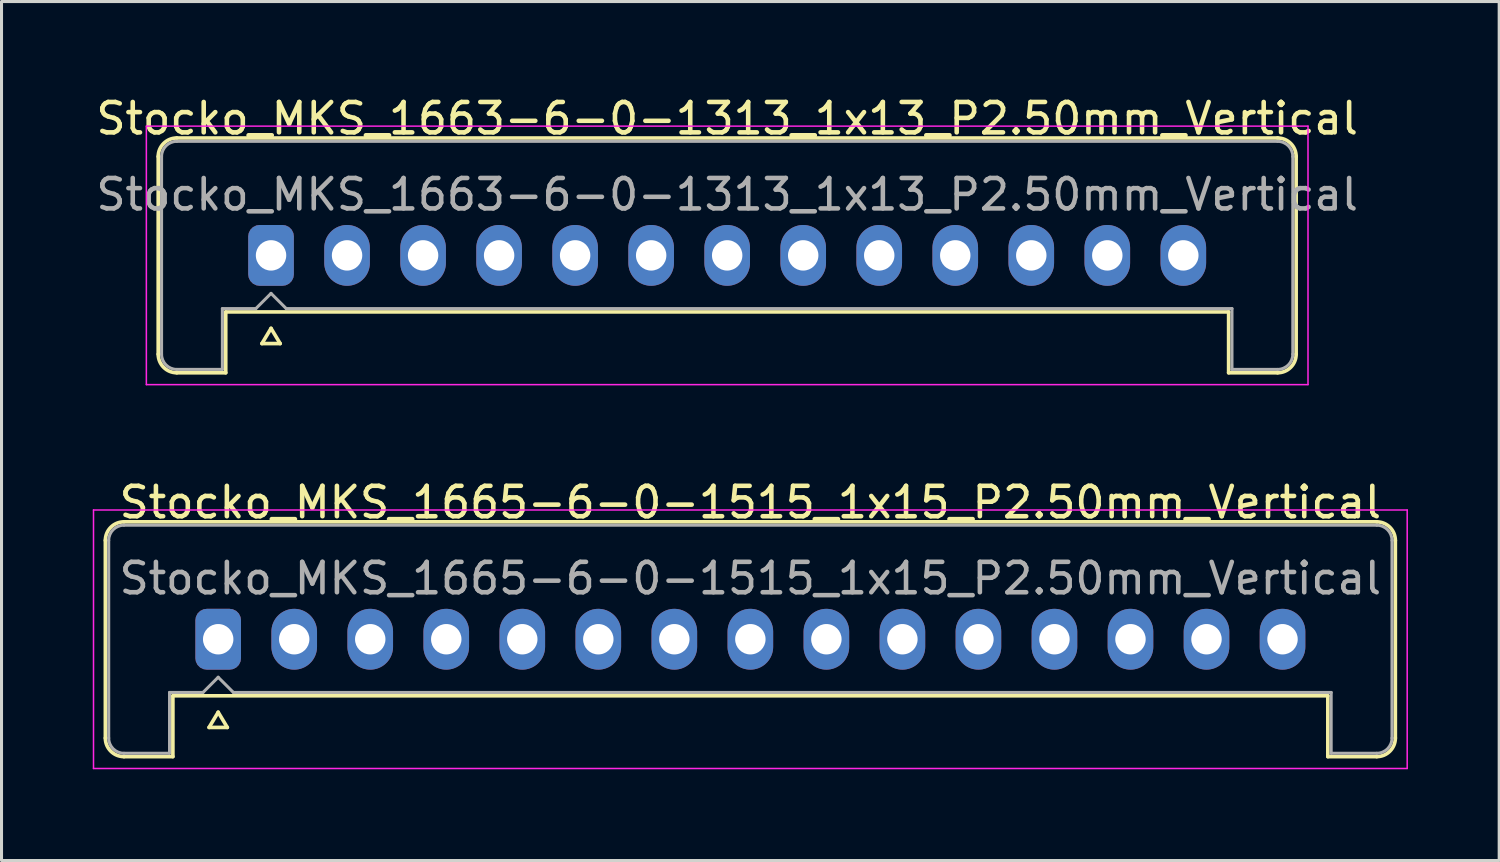
<source format=kicad_pcb>
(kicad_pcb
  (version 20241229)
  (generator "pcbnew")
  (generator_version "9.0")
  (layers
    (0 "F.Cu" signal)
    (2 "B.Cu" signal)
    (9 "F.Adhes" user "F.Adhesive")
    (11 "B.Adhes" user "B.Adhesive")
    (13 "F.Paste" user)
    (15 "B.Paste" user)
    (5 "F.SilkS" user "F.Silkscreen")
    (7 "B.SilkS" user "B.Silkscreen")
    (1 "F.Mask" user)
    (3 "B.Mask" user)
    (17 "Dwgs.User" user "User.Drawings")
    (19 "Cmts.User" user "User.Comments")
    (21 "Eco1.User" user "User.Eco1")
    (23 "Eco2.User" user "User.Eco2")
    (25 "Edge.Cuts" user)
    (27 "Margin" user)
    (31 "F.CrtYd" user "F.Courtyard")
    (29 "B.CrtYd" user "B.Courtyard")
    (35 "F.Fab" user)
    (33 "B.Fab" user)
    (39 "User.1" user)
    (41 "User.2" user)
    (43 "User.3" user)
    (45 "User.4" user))
  (footprint "Stocko_MKS_1665-6-0-1515_1x15_P2.50mm_Vertical"
    (layer "F.Cu")
    (at 4.125 17.971)
    (property "Reference" "Stocko_MKS_1665-6-0-1515_1x15_P2.50mm_Vertical" (at 17.5 -4.5 0) (layer "F.SilkS") (effects (font (size 1 1) (thickness 0.15))))
    (attr through_hole)
    (fp_line (start -3.71 -3.25) (end -3.71 3.25) (stroke (width 0.12) (type solid)) (layer "F.SilkS"))
    (fp_line (start -3.1 -3.86) (end 38.1 -3.86) (stroke (width 0.12) (type solid)) (layer "F.SilkS"))
    (fp_line (start -3.1 3.86) (end -1.49 3.86) (stroke (width 0.12) (type solid)) (layer "F.SilkS"))
    (fp_line (start -1.49 1.86) (end 36.49 1.86) (stroke (width 0.12) (type solid)) (layer "F.SilkS"))
    (fp_line (start -1.49 3.86) (end -1.49 1.86) (stroke (width 0.12) (type solid)) (layer "F.SilkS"))
    (fp_line (start -0.3 2.9) (end 0.3 2.9) (stroke (width 0.12) (type solid)) (layer "F.SilkS"))
    (fp_line (start 0 2.4) (end -0.3 2.9) (stroke (width 0.12) (type solid)) (layer "F.SilkS"))
    (fp_line (start 0.3 2.9) (end 0 2.4) (stroke (width 0.12) (type solid)) (layer "F.SilkS"))
    (fp_line (start 36.49 3.86) (end 36.49 1.86) (stroke (width 0.12) (type solid)) (layer "F.SilkS"))
    (fp_line (start 38.1 3.86) (end 36.49 3.86) (stroke (width 0.12) (type solid)) (layer "F.SilkS"))
    (fp_line (start 38.71 -3.25) (end 38.71 3.25) (stroke (width 0.12) (type solid)) (layer "F.SilkS"))
    (fp_arc (start -3.71 -3.25) (mid -3.531335 -3.681335) (end -3.1 -3.86) (stroke (width 0.12) (type solid)) (layer "F.SilkS"))
    (fp_arc (start -3.1 3.86) (mid -3.531335 3.681335) (end -3.71 3.25) (stroke (width 0.12) (type solid)) (layer "F.SilkS"))
    (fp_arc (start 38.1 -3.86) (mid 38.531335 -3.681335) (end 38.71 -3.25) (stroke (width 0.12) (type solid)) (layer "F.SilkS"))
    (fp_arc (start 38.71 3.25) (mid 38.531335 3.681335) (end 38.1 3.86) (stroke (width 0.12) (type solid)) (layer "F.SilkS"))
    (fp_line (start -4.1 -4.25) (end -4.1 4.25) (stroke (width 0.05) (type solid)) (layer "F.CrtYd"))
    (fp_line (start -4.1 4.25) (end 39.1 4.25) (stroke (width 0.05) (type solid)) (layer "F.CrtYd"))
    (fp_line (start 39.1 -4.25) (end -4.1 -4.25) (stroke (width 0.05) (type solid)) (layer "F.CrtYd"))
    (fp_line (start 39.1 4.25) (end 39.1 -4.25) (stroke (width 0.05) (type solid)) (layer "F.CrtYd"))
    (fp_line (start -3.6 -3.25) (end -3.6 3.25) (stroke (width 0.1) (type solid)) (layer "F.Fab"))
    (fp_line (start -3.1 -3.75) (end 38.1 -3.75) (stroke (width 0.1) (type solid)) (layer "F.Fab"))
    (fp_line (start -3.1 3.75) (end -1.6 3.75) (stroke (width 0.1) (type solid)) (layer "F.Fab"))
    (fp_line (start -1.6 1.75) (end -0.5 1.75) (stroke (width 0.1) (type solid)) (layer "F.Fab"))
    (fp_line (start -1.6 3.75) (end -1.6 1.75) (stroke (width 0.1) (type solid)) (layer "F.Fab"))
    (fp_line (start -0.5 1.75) (end 0 1.25) (stroke (width 0.1) (type solid)) (layer "F.Fab"))
    (fp_line (start 0 1.25) (end 0.5 1.75) (stroke (width 0.1) (type solid)) (layer "F.Fab"))
    (fp_line (start 0.5 1.75) (end 36.6 1.75) (stroke (width 0.1) (type solid)) (layer "F.Fab"))
    (fp_line (start 36.6 3.75) (end 36.6 1.75) (stroke (width 0.1) (type solid)) (layer "F.Fab"))
    (fp_line (start 38.1 3.75) (end 36.6 3.75) (stroke (width 0.1) (type solid)) (layer "F.Fab"))
    (fp_line (start 38.6 -3.25) (end 38.6 3.25) (stroke (width 0.1) (type solid)) (layer "F.Fab"))
    (fp_arc (start -3.6 -3.25) (mid -3.453553 -3.603553) (end -3.1 -3.75) (stroke (width 0.1) (type solid)) (layer "F.Fab"))
    (fp_arc (start -3.1 3.75) (mid -3.453553 3.603553) (end -3.6 3.25) (stroke (width 0.1) (type solid)) (layer "F.Fab"))
    (fp_arc (start 38.1 -3.75) (mid 38.453553 -3.603553) (end 38.6 -3.25) (stroke (width 0.1) (type solid)) (layer "F.Fab"))
    (fp_arc (start 38.6 3.25) (mid 38.453553 3.603553) (end 38.1 3.75) (stroke (width 0.1) (type solid)) (layer "F.Fab"))
    (fp_text user "${REFERENCE}" (at 17.5 -2 0) (layer "F.Fab") (effects (font (size 1 1) (thickness 0.15))))
    (pad "1" thru_hole roundrect (at 0 0) (size 1.5 2) (drill 1) (layers "*.Cu" "*.Mask") (roundrect_rratio 0.25))
    (pad "2" thru_hole oval (at 2.5 0) (size 1.5 2) (drill 1) (layers "*.Cu" "*.Mask"))
    (pad "3" thru_hole oval (at 5 0) (size 1.5 2) (drill 1) (layers "*.Cu" "*.Mask"))
    (pad "4" thru_hole oval (at 7.5 0) (size 1.5 2) (drill 1) (layers "*.Cu" "*.Mask"))
    (pad "5" thru_hole oval (at 10 0) (size 1.5 2) (drill 1) (layers "*.Cu" "*.Mask"))
    (pad "6" thru_hole oval (at 12.5 0) (size 1.5 2) (drill 1) (layers "*.Cu" "*.Mask"))
    (pad "7" thru_hole oval (at 15 0) (size 1.5 2) (drill 1) (layers "*.Cu" "*.Mask"))
    (pad "8" thru_hole oval (at 17.5 0) (size 1.5 2) (drill 1) (layers "*.Cu" "*.Mask"))
    (pad "9" thru_hole oval (at 20 0) (size 1.5 2) (drill 1) (layers "*.Cu" "*.Mask"))
    (pad "10" thru_hole oval (at 22.5 0) (size 1.5 2) (drill 1) (layers "*.Cu" "*.Mask"))
    (pad "11" thru_hole oval (at 25 0) (size 1.5 2) (drill 1) (layers "*.Cu" "*.Mask"))
    (pad "12" thru_hole oval (at 27.5 0) (size 1.5 2) (drill 1) (layers "*.Cu" "*.Mask"))
    (pad "13" thru_hole oval (at 30 0) (size 1.5 2) (drill 1) (layers "*.Cu" "*.Mask"))
    (pad "14" thru_hole oval (at 32.5 0) (size 1.5 2) (drill 1) (layers "*.Cu" "*.Mask"))
    (pad "15" thru_hole oval (at 35 0) (size 1.5 2) (drill 1) (layers "*.Cu" "*.Mask")))
  (footprint "Stocko_MKS_1663-6-0-1313_1x13_P2.50mm_Vertical"
    (layer "F.Cu")
    (at 5.863 5.348)
    (property "Reference" "Stocko_MKS_1663-6-0-1313_1x13_P2.50mm_Vertical" (at 15 -4.5 0) (layer "F.SilkS") (effects (font (size 1 1) (thickness 0.15))))
    (attr through_hole)
    (fp_line (start -3.71 -3.25) (end -3.71 3.25) (stroke (width 0.12) (type solid)) (layer "F.SilkS"))
    (fp_line (start -3.1 -3.86) (end 33.1 -3.86) (stroke (width 0.12) (type solid)) (layer "F.SilkS"))
    (fp_line (start -3.1 3.86) (end -1.49 3.86) (stroke (width 0.12) (type solid)) (layer "F.SilkS"))
    (fp_line (start -1.49 1.86) (end 31.49 1.86) (stroke (width 0.12) (type solid)) (layer "F.SilkS"))
    (fp_line (start -1.49 3.86) (end -1.49 1.86) (stroke (width 0.12) (type solid)) (layer "F.SilkS"))
    (fp_line (start -0.3 2.9) (end 0.3 2.9) (stroke (width 0.12) (type solid)) (layer "F.SilkS"))
    (fp_line (start 0 2.4) (end -0.3 2.9) (stroke (width 0.12) (type solid)) (layer "F.SilkS"))
    (fp_line (start 0.3 2.9) (end 0 2.4) (stroke (width 0.12) (type solid)) (layer "F.SilkS"))
    (fp_line (start 31.49 3.86) (end 31.49 1.86) (stroke (width 0.12) (type solid)) (layer "F.SilkS"))
    (fp_line (start 33.1 3.86) (end 31.49 3.86) (stroke (width 0.12) (type solid)) (layer "F.SilkS"))
    (fp_line (start 33.71 -3.25) (end 33.71 3.25) (stroke (width 0.12) (type solid)) (layer "F.SilkS"))
    (fp_arc (start -3.71 -3.25) (mid -3.531335 -3.681335) (end -3.1 -3.86) (stroke (width 0.12) (type solid)) (layer "F.SilkS"))
    (fp_arc (start -3.1 3.86) (mid -3.531335 3.681335) (end -3.71 3.25) (stroke (width 0.12) (type solid)) (layer "F.SilkS"))
    (fp_arc (start 33.1 -3.86) (mid 33.531335 -3.681335) (end 33.71 -3.25) (stroke (width 0.12) (type solid)) (layer "F.SilkS"))
    (fp_arc (start 33.71 3.25) (mid 33.531335 3.681335) (end 33.1 3.86) (stroke (width 0.12) (type solid)) (layer "F.SilkS"))
    (fp_line (start -4.1 -4.25) (end -4.1 4.25) (stroke (width 0.05) (type solid)) (layer "F.CrtYd"))
    (fp_line (start -4.1 4.25) (end 34.1 4.25) (stroke (width 0.05) (type solid)) (layer "F.CrtYd"))
    (fp_line (start 34.1 -4.25) (end -4.1 -4.25) (stroke (width 0.05) (type solid)) (layer "F.CrtYd"))
    (fp_line (start 34.1 4.25) (end 34.1 -4.25) (stroke (width 0.05) (type solid)) (layer "F.CrtYd"))
    (fp_line (start -3.6 -3.25) (end -3.6 3.25) (stroke (width 0.1) (type solid)) (layer "F.Fab"))
    (fp_line (start -3.1 -3.75) (end 33.1 -3.75) (stroke (width 0.1) (type solid)) (layer "F.Fab"))
    (fp_line (start -3.1 3.75) (end -1.6 3.75) (stroke (width 0.1) (type solid)) (layer "F.Fab"))
    (fp_line (start -1.6 1.75) (end -0.5 1.75) (stroke (width 0.1) (type solid)) (layer "F.Fab"))
    (fp_line (start -1.6 3.75) (end -1.6 1.75) (stroke (width 0.1) (type solid)) (layer "F.Fab"))
    (fp_line (start -0.5 1.75) (end 0 1.25) (stroke (width 0.1) (type solid)) (layer "F.Fab"))
    (fp_line (start 0 1.25) (end 0.5 1.75) (stroke (width 0.1) (type solid)) (layer "F.Fab"))
    (fp_line (start 0.5 1.75) (end 31.6 1.75) (stroke (width 0.1) (type solid)) (layer "F.Fab"))
    (fp_line (start 31.6 3.75) (end 31.6 1.75) (stroke (width 0.1) (type solid)) (layer "F.Fab"))
    (fp_line (start 33.1 3.75) (end 31.6 3.75) (stroke (width 0.1) (type solid)) (layer "F.Fab"))
    (fp_line (start 33.6 -3.25) (end 33.6 3.25) (stroke (width 0.1) (type solid)) (layer "F.Fab"))
    (fp_arc (start -3.6 -3.25) (mid -3.453553 -3.603553) (end -3.1 -3.75) (stroke (width 0.1) (type solid)) (layer "F.Fab"))
    (fp_arc (start -3.1 3.75) (mid -3.453553 3.603553) (end -3.6 3.25) (stroke (width 0.1) (type solid)) (layer "F.Fab"))
    (fp_arc (start 33.1 -3.75) (mid 33.453553 -3.603553) (end 33.6 -3.25) (stroke (width 0.1) (type solid)) (layer "F.Fab"))
    (fp_arc (start 33.6 3.25) (mid 33.453553 3.603553) (end 33.1 3.75) (stroke (width 0.1) (type solid)) (layer "F.Fab"))
    (fp_text user "${REFERENCE}" (at 15 -2 0) (layer "F.Fab") (effects (font (size 1 1) (thickness 0.15))))
    (pad "1" thru_hole roundrect (at 0 0) (size 1.5 2) (drill 1) (layers "*.Cu" "*.Mask") (roundrect_rratio 0.25))
    (pad "2" thru_hole oval (at 2.5 0) (size 1.5 2) (drill 1) (layers "*.Cu" "*.Mask"))
    (pad "3" thru_hole oval (at 5 0) (size 1.5 2) (drill 1) (layers "*.Cu" "*.Mask"))
    (pad "4" thru_hole oval (at 7.5 0) (size 1.5 2) (drill 1) (layers "*.Cu" "*.Mask"))
    (pad "5" thru_hole oval (at 10 0) (size 1.5 2) (drill 1) (layers "*.Cu" "*.Mask"))
    (pad "6" thru_hole oval (at 12.5 0) (size 1.5 2) (drill 1) (layers "*.Cu" "*.Mask"))
    (pad "7" thru_hole oval (at 15 0) (size 1.5 2) (drill 1) (layers "*.Cu" "*.Mask"))
    (pad "8" thru_hole oval (at 17.5 0) (size 1.5 2) (drill 1) (layers "*.Cu" "*.Mask"))
    (pad "9" thru_hole oval (at 20 0) (size 1.5 2) (drill 1) (layers "*.Cu" "*.Mask"))
    (pad "10" thru_hole oval (at 22.5 0) (size 1.5 2) (drill 1) (layers "*.Cu" "*.Mask"))
    (pad "11" thru_hole oval (at 25 0) (size 1.5 2) (drill 1) (layers "*.Cu" "*.Mask"))
    (pad "12" thru_hole oval (at 27.5 0) (size 1.5 2) (drill 1) (layers "*.Cu" "*.Mask"))
    (pad "13" thru_hole oval (at 30 0) (size 1.5 2) (drill 1) (layers "*.Cu" "*.Mask")))
  (gr_rect
    (start -3 -3)
    (end 46.25 25.247)
    (stroke (width 0.1) (type default))
    (fill no)
    (layer "Edge.Cuts")))
</source>
